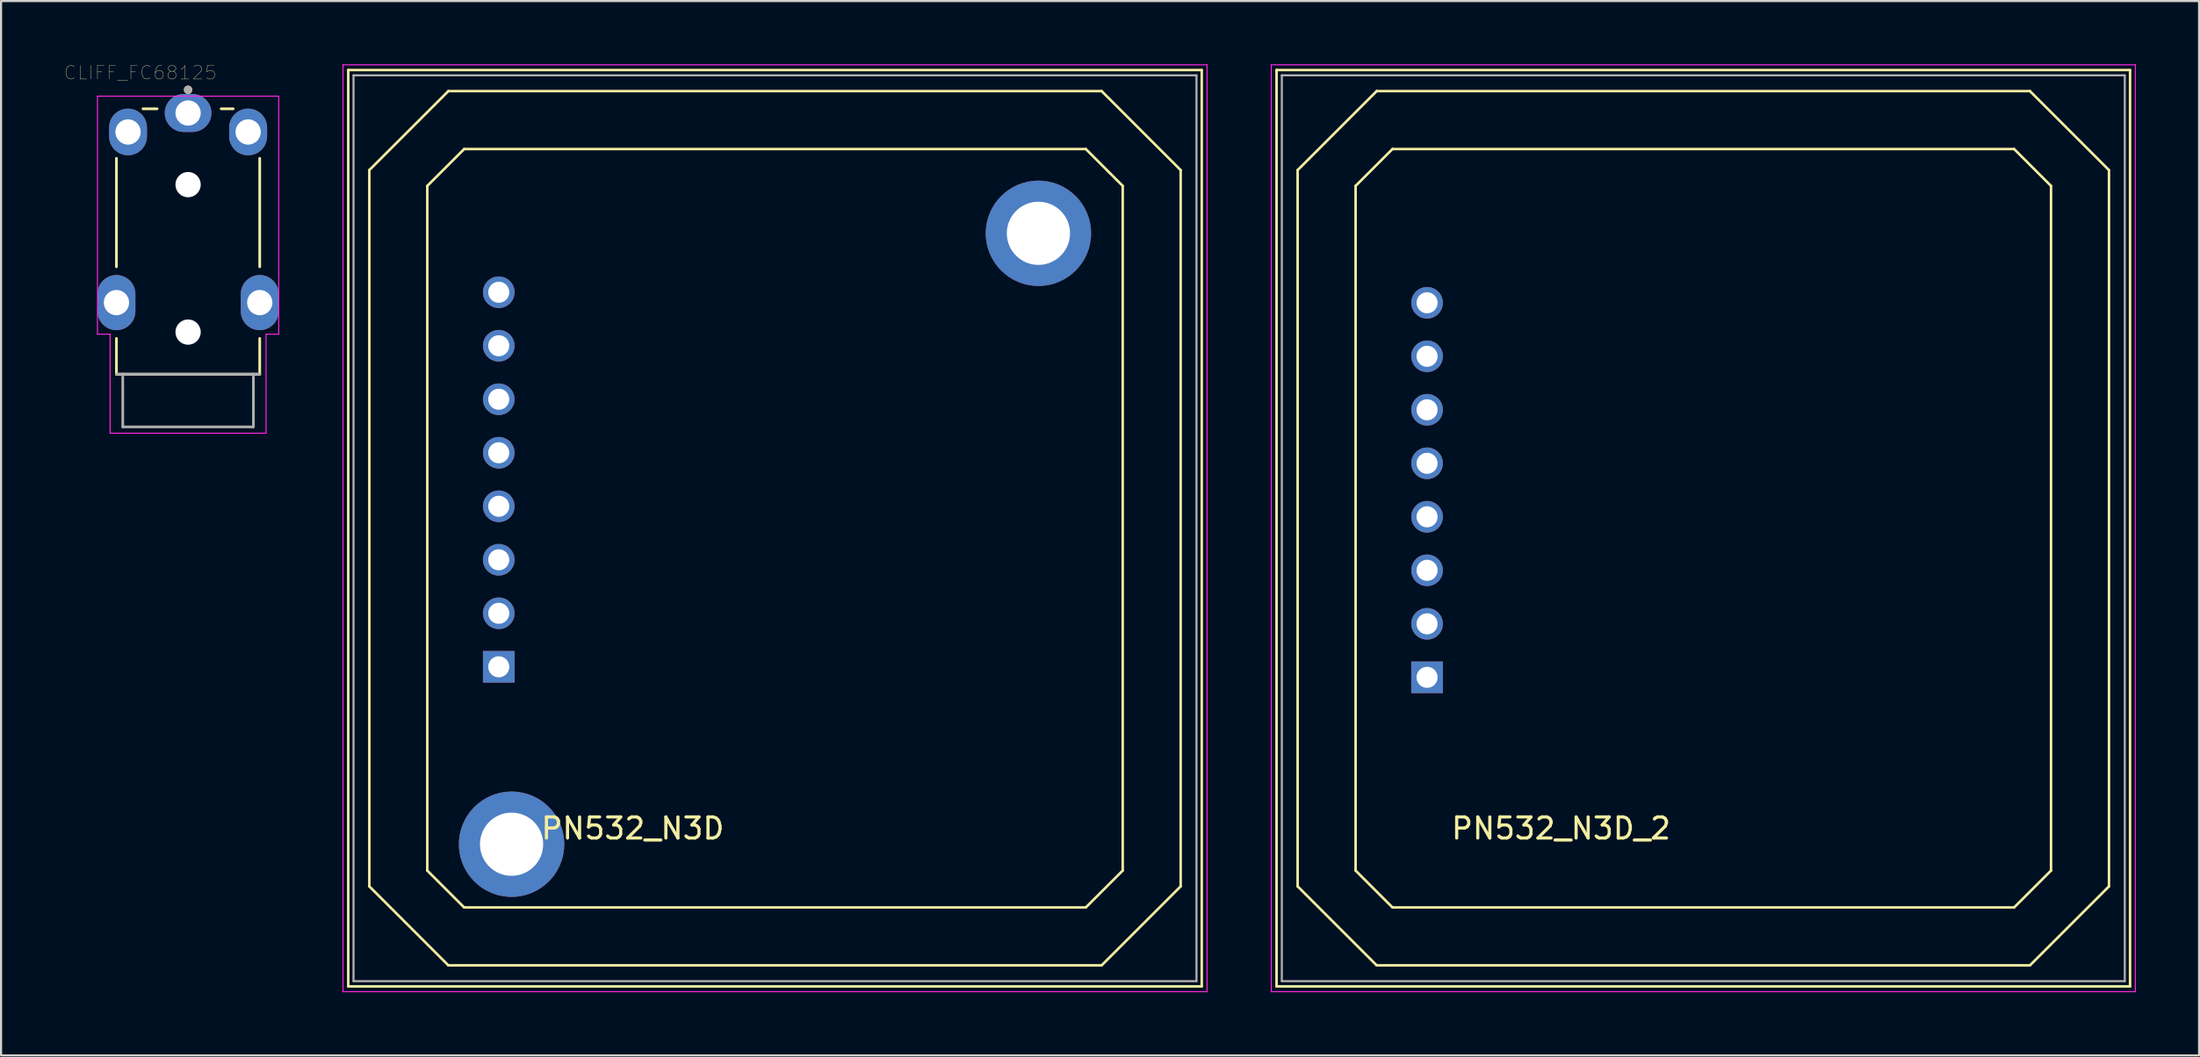
<source format=kicad_pcb>
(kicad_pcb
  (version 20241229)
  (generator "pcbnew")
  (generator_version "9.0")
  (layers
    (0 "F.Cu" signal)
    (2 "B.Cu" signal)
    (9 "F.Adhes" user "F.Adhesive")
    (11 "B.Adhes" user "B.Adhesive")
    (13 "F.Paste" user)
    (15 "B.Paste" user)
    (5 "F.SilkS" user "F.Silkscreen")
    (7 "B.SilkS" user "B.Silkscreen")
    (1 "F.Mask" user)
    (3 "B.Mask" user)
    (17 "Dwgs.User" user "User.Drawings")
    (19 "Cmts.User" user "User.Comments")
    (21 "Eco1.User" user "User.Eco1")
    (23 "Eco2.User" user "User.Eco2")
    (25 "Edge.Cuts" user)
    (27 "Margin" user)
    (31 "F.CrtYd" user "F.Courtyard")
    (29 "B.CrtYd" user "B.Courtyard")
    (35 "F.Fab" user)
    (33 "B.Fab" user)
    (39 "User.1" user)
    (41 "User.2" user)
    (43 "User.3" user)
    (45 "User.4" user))
  (footprint "CLIFF_FC68125"
    (layer "F.Cu")
    (at 5.875 5.714)
    (property "Reference" "CLIFF_FC68125" (at -2.271 -5.312 0) (layer "F.SilkS") (effects (font (size 0.641 0.641) (thickness 0.015))))
    (attr through_hole)
    (fp_line (start -3.4 -1.25) (end -3.4 3.9) (stroke (width 0.127) (type solid)) (layer "F.SilkS"))
    (fp_line (start -3.4 7.3) (end -3.4 9) (stroke (width 0.127) (type solid)) (layer "F.SilkS"))
    (fp_line (start -3.4 9) (end 3.4 9) (stroke (width 0.127) (type solid)) (layer "F.SilkS"))
    (fp_line (start -2.14 -3.6) (end -1.47 -3.6) (stroke (width 0.127) (type solid)) (layer "F.SilkS"))
    (fp_line (start 1.57 -3.6) (end 2.14 -3.6) (stroke (width 0.127) (type solid)) (layer "F.SilkS"))
    (fp_line (start 3.4 -1.25) (end 3.4 3.9) (stroke (width 0.127) (type solid)) (layer "F.SilkS"))
    (fp_line (start 3.4 9) (end 3.4 7.3) (stroke (width 0.127) (type solid)) (layer "F.SilkS"))
    (fp_circle (center 0 -4.5) (end 0.1 -4.5) (stroke (width 0.2) (type solid)) (fill no) (layer "F.SilkS"))
    (fp_line (start -4.3 -4.2) (end 4.3 -4.2) (stroke (width 0.05) (type solid)) (layer "F.CrtYd"))
    (fp_line (start -4.3 7.1) (end -4.3 -4.2) (stroke (width 0.05) (type solid)) (layer "F.CrtYd"))
    (fp_line (start -3.7 7.1) (end -4.3 7.1) (stroke (width 0.05) (type solid)) (layer "F.CrtYd"))
    (fp_line (start -3.7 11.8) (end -3.7 7.1) (stroke (width 0.05) (type solid)) (layer "F.CrtYd"))
    (fp_line (start 3.7 7.1) (end 3.7 11.8) (stroke (width 0.05) (type solid)) (layer "F.CrtYd"))
    (fp_line (start 3.7 11.8) (end -3.7 11.8) (stroke (width 0.05) (type solid)) (layer "F.CrtYd"))
    (fp_line (start 4.3 -4.2) (end 4.3 7.1) (stroke (width 0.05) (type solid)) (layer "F.CrtYd"))
    (fp_line (start 4.3 7.1) (end 3.7 7.1) (stroke (width 0.05) (type solid)) (layer "F.CrtYd"))
    (fp_line (start -3.1 9) (end -3.4 9) (stroke (width 0.127) (type solid)) (layer "F.Fab"))
    (fp_line (start -3.1 9) (end -3.1 11.5) (stroke (width 0.127) (type solid)) (layer "F.Fab"))
    (fp_line (start -3.1 11.5) (end 3.1 11.5) (stroke (width 0.127) (type solid)) (layer "F.Fab"))
    (fp_line (start 3.1 9) (end -3.1 9) (stroke (width 0.127) (type solid)) (layer "F.Fab"))
    (fp_line (start 3.1 11.5) (end 3.1 9) (stroke (width 0.127) (type solid)) (layer "F.Fab"))
    (fp_line (start 3.4 9) (end 3.1 9) (stroke (width 0.127) (type solid)) (layer "F.Fab"))
    (fp_circle (center 0 -4.5) (end 0.1 -4.5) (stroke (width 0.2) (type solid)) (fill no) (layer "F.Fab"))
    (pad "" np_thru_hole circle (at 0 0) (size 1.2 1.2) (drill 1.2) (layers "*.Cu" "*.Mask"))
    (pad "" np_thru_hole circle (at 0 7) (size 1.2 1.2) (drill 1.2) (layers "*.Cu" "*.Mask"))
    (pad "1" thru_hole oval (at 0 -3.4) (size 2.216 1.8) (drill 1.2) (layers "*.Cu" "*.Mask"))
    (pad "2" thru_hole oval (at -2.85 -2.5) (size 1.8 2.216) (drill 1.2) (layers "*.Cu" "*.Mask"))
    (pad "3.1" thru_hole oval (at -3.4 5.6) (size 1.8 2.616) (drill 1.2) (layers "*.Cu" "*.Mask"))
    (pad "3.2" thru_hole oval (at 3.4 5.6) (size 1.8 2.616) (drill 1.2) (layers "*.Cu" "*.Mask"))
    (pad "6" thru_hole oval (at 2.85 -2.5) (size 1.8 2.216) (drill 1.2) (layers "*.Cu" "*.Mask")))
  (footprint "PN532_N3D_2"
    (layer "F.Cu")
    (at 57.775 0.525)
    (property "Reference" "PN532_N3D_2" (at 13.25 35.75 0) (layer "F.SilkS") (effects (font (size 1 1) (thickness 0.15))))
    (attr through_hole)
    (fp_line (start -0.25 -0.25) (end -0.25 43.25) (stroke (width 0.12) (type solid)) (layer "F.SilkS"))
    (fp_line (start -0.25 -0.25) (end 40.25 -0.25) (stroke (width 0.12) (type solid)) (layer "F.SilkS"))
    (fp_line (start 0.75 4.5) (end 4.5 0.75) (stroke (width 0.12) (type solid)) (layer "F.SilkS"))
    (fp_line (start 0.75 38.5) (end 0.75 4.5) (stroke (width 0.12) (type solid)) (layer "F.SilkS"))
    (fp_line (start 3.5 5.25) (end 5.25 3.5) (stroke (width 0.12) (type solid)) (layer "F.SilkS"))
    (fp_line (start 3.5 37.75) (end 3.5 5.25) (stroke (width 0.12) (type solid)) (layer "F.SilkS"))
    (fp_line (start 4.5 42.25) (end 0.75 38.5) (stroke (width 0.12) (type solid)) (layer "F.SilkS"))
    (fp_line (start 5.25 39.5) (end 3.5 37.75) (stroke (width 0.12) (type solid)) (layer "F.SilkS"))
    (fp_line (start 34.75 3.5) (end 5.25 3.5) (stroke (width 0.12) (type solid)) (layer "F.SilkS"))
    (fp_line (start 34.75 3.5) (end 36.5 5.25) (stroke (width 0.12) (type solid)) (layer "F.SilkS"))
    (fp_line (start 34.75 39.5) (end 5.25 39.5) (stroke (width 0.12) (type solid)) (layer "F.SilkS"))
    (fp_line (start 34.75 39.5) (end 36.5 37.75) (stroke (width 0.12) (type solid)) (layer "F.SilkS"))
    (fp_line (start 35.5 0.75) (end 4.5 0.75) (stroke (width 0.12) (type solid)) (layer "F.SilkS"))
    (fp_line (start 35.5 0.75) (end 39.25 4.5) (stroke (width 0.12) (type solid)) (layer "F.SilkS"))
    (fp_line (start 35.5 42.25) (end 4.5 42.25) (stroke (width 0.12) (type solid)) (layer "F.SilkS"))
    (fp_line (start 36.5 37.75) (end 36.5 5.25) (stroke (width 0.12) (type solid)) (layer "F.SilkS"))
    (fp_line (start 39.25 4.5) (end 39.25 38.5) (stroke (width 0.12) (type solid)) (layer "F.SilkS"))
    (fp_line (start 39.25 38.5) (end 35.5 42.25) (stroke (width 0.12) (type solid)) (layer "F.SilkS"))
    (fp_line (start 40.25 -0.25) (end 40.25 43.25) (stroke (width 0.12) (type solid)) (layer "F.SilkS"))
    (fp_line (start 40.25 43.25) (end -0.25 43.25) (stroke (width 0.12) (type solid)) (layer "F.SilkS"))
    (fp_line (start -0.5 -0.5) (end 40.5 -0.5) (stroke (width 0.05) (type solid)) (layer "F.CrtYd"))
    (fp_line (start -0.5 43.5) (end -0.5 -0.5) (stroke (width 0.05) (type solid)) (layer "F.CrtYd"))
    (fp_line (start 40.5 -0.5) (end 40.5 43.5) (stroke (width 0.05) (type solid)) (layer "F.CrtYd"))
    (fp_line (start 40.5 43.5) (end -0.5 43.5) (stroke (width 0.05) (type solid)) (layer "F.CrtYd"))
    (fp_line (start 0 0) (end 40 0) (stroke (width 0.1) (type solid)) (layer "F.Fab"))
    (fp_line (start 0 43) (end 0 0) (stroke (width 0.1) (type solid)) (layer "F.Fab"))
    (fp_line (start 40 0) (end 40 43) (stroke (width 0.1) (type solid)) (layer "F.Fab"))
    (fp_line (start 40 43) (end 0 43) (stroke (width 0.1) (type solid)) (layer "F.Fab"))
    (pad "1" thru_hole rect (at 6.892 28.578 180) (size 1.5 1.5) (drill 1) (layers "*.Cu" "*.Mask"))
    (pad "2" thru_hole circle (at 6.892 26.038 180) (size 1.5 1.5) (drill 1) (layers "*.Cu" "*.Mask"))
    (pad "3" thru_hole circle (at 6.892 23.498 180) (size 1.5 1.5) (drill 1) (layers "*.Cu" "*.Mask"))
    (pad "4" thru_hole circle (at 6.892 20.958 180) (size 1.5 1.5) (drill 1) (layers "*.Cu" "*.Mask"))
    (pad "5" thru_hole circle (at 6.892 18.418 180) (size 1.5 1.5) (drill 1) (layers "*.Cu" "*.Mask"))
    (pad "6" thru_hole circle (at 6.892 15.878 180) (size 1.5 1.5) (drill 1) (layers "*.Cu" "*.Mask"))
    (pad "7" thru_hole circle (at 6.892 13.338 180) (size 1.5 1.5) (drill 1) (layers "*.Cu" "*.Mask"))
    (pad "8" thru_hole circle (at 6.892 10.798 180) (size 1.5 1.5) (drill 1) (layers "*.Cu" "*.Mask")))
  (footprint "PN532_N3D"
    (layer "F.Cu")
    (at 13.725 0.525)
    (property "Reference" "PN532_N3D" (at 13.25 35.75 0) (layer "F.SilkS") (effects (font (size 1 1) (thickness 0.15))))
    (attr through_hole)
    (fp_line (start -0.25 -0.25) (end -0.25 43.25) (stroke (width 0.12) (type solid)) (layer "F.SilkS"))
    (fp_line (start -0.25 -0.25) (end 40.25 -0.25) (stroke (width 0.12) (type solid)) (layer "F.SilkS"))
    (fp_line (start 0.75 4.5) (end 4.5 0.75) (stroke (width 0.12) (type solid)) (layer "F.SilkS"))
    (fp_line (start 0.75 38.5) (end 0.75 4.5) (stroke (width 0.12) (type solid)) (layer "F.SilkS"))
    (fp_line (start 3.5 5.25) (end 5.25 3.5) (stroke (width 0.12) (type solid)) (layer "F.SilkS"))
    (fp_line (start 3.5 37.75) (end 3.5 5.25) (stroke (width 0.12) (type solid)) (layer "F.SilkS"))
    (fp_line (start 4.5 42.25) (end 0.75 38.5) (stroke (width 0.12) (type solid)) (layer "F.SilkS"))
    (fp_line (start 5.25 39.5) (end 3.5 37.75) (stroke (width 0.12) (type solid)) (layer "F.SilkS"))
    (fp_line (start 34.75 3.5) (end 5.25 3.5) (stroke (width 0.12) (type solid)) (layer "F.SilkS"))
    (fp_line (start 34.75 3.5) (end 36.5 5.25) (stroke (width 0.12) (type solid)) (layer "F.SilkS"))
    (fp_line (start 34.75 39.5) (end 5.25 39.5) (stroke (width 0.12) (type solid)) (layer "F.SilkS"))
    (fp_line (start 34.75 39.5) (end 36.5 37.75) (stroke (width 0.12) (type solid)) (layer "F.SilkS"))
    (fp_line (start 35.5 0.75) (end 4.5 0.75) (stroke (width 0.12) (type solid)) (layer "F.SilkS"))
    (fp_line (start 35.5 0.75) (end 39.25 4.5) (stroke (width 0.12) (type solid)) (layer "F.SilkS"))
    (fp_line (start 35.5 42.25) (end 4.5 42.25) (stroke (width 0.12) (type solid)) (layer "F.SilkS"))
    (fp_line (start 36.5 37.75) (end 36.5 5.25) (stroke (width 0.12) (type solid)) (layer "F.SilkS"))
    (fp_line (start 39.25 4.5) (end 39.25 38.5) (stroke (width 0.12) (type solid)) (layer "F.SilkS"))
    (fp_line (start 39.25 38.5) (end 35.5 42.25) (stroke (width 0.12) (type solid)) (layer "F.SilkS"))
    (fp_line (start 40.25 -0.25) (end 40.25 43.25) (stroke (width 0.12) (type solid)) (layer "F.SilkS"))
    (fp_line (start 40.25 43.25) (end -0.25 43.25) (stroke (width 0.12) (type solid)) (layer "F.SilkS"))
    (fp_line (start -0.5 -0.5) (end 40.5 -0.5) (stroke (width 0.05) (type solid)) (layer "F.CrtYd"))
    (fp_line (start -0.5 43.5) (end -0.5 -0.5) (stroke (width 0.05) (type solid)) (layer "F.CrtYd"))
    (fp_line (start 40.5 -0.5) (end 40.5 43.5) (stroke (width 0.05) (type solid)) (layer "F.CrtYd"))
    (fp_line (start 40.5 43.5) (end -0.5 43.5) (stroke (width 0.05) (type solid)) (layer "F.CrtYd"))
    (fp_line (start 0 0) (end 40 0) (stroke (width 0.1) (type solid)) (layer "F.Fab"))
    (fp_line (start 0 43) (end 0 0) (stroke (width 0.1) (type solid)) (layer "F.Fab"))
    (fp_line (start 40 0) (end 40 43) (stroke (width 0.1) (type solid)) (layer "F.Fab"))
    (fp_line (start 40 43) (end 0 43) (stroke (width 0.1) (type solid)) (layer "F.Fab"))
    (pad "" thru_hole circle (at 7.5 36.5) (size 5 5) (drill 3) (layers "*.Cu" "*.Mask"))
    (pad "" thru_hole circle (at 32.5 7.5) (size 5 5) (drill 3) (layers "*.Cu" "*.Mask"))
    (pad "1" thru_hole rect (at 6.892 28.078 180) (size 1.5 1.5) (drill 1) (layers "*.Cu" "*.Mask"))
    (pad "2" thru_hole circle (at 6.892 25.538 180) (size 1.5 1.5) (drill 1) (layers "*.Cu" "*.Mask"))
    (pad "3" thru_hole circle (at 6.892 22.998 180) (size 1.5 1.5) (drill 1) (layers "*.Cu" "*.Mask"))
    (pad "4" thru_hole circle (at 6.892 20.458 180) (size 1.5 1.5) (drill 1) (layers "*.Cu" "*.Mask"))
    (pad "5" thru_hole circle (at 6.892 17.918 180) (size 1.5 1.5) (drill 1) (layers "*.Cu" "*.Mask"))
    (pad "6" thru_hole circle (at 6.892 15.378 180) (size 1.5 1.5) (drill 1) (layers "*.Cu" "*.Mask"))
    (pad "7" thru_hole circle (at 6.892 12.838 180) (size 1.5 1.5) (drill 1) (layers "*.Cu" "*.Mask"))
    (pad "8" thru_hole circle (at 6.892 10.298 180) (size 1.5 1.5) (drill 1) (layers "*.Cu" "*.Mask")))
  (gr_rect
    (start -3 -3)
    (end 101.3 47.05)
    (stroke (width 0.1) (type default))
    (fill no)
    (layer "Edge.Cuts")))
</source>
